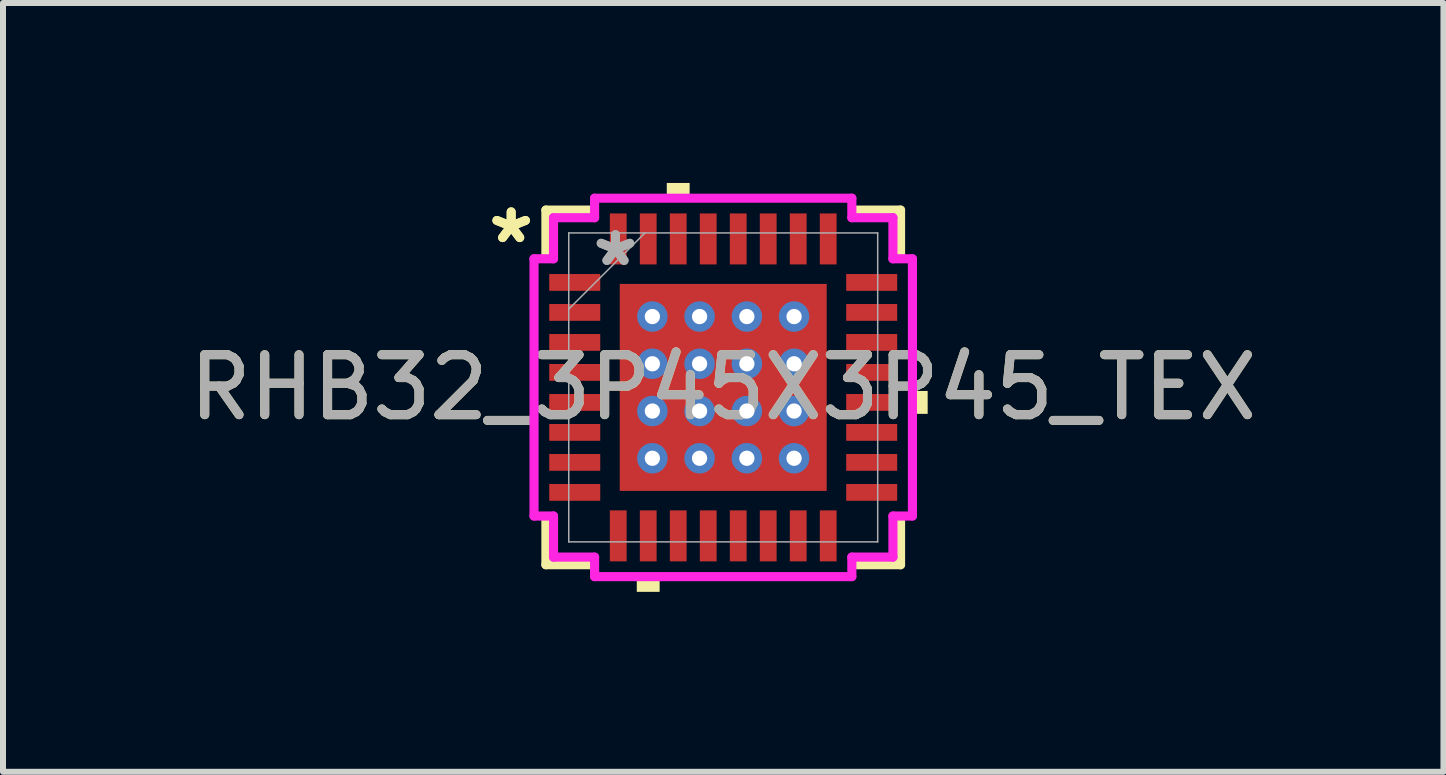
<source format=kicad_pcb>
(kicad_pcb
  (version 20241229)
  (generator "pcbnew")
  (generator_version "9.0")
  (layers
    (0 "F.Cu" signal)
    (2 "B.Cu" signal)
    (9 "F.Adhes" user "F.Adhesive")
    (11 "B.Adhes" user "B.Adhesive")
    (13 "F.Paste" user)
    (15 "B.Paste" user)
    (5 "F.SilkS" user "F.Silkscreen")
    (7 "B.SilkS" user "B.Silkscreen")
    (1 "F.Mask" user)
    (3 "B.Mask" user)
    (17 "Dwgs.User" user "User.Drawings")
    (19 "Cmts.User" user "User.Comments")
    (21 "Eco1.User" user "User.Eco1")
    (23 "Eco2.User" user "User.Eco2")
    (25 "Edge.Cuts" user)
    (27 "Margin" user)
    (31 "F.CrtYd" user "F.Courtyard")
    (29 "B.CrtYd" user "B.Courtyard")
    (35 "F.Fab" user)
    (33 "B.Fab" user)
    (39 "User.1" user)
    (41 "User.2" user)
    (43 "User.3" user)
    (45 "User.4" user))
  (footprint "RHB32_3P45X3P45_TEX"
    (layer "F.Cu")
    (at 9.006 3.408)
    (property "Reference" "RHB32_3P45X3P45_TEX" (at 0 0 0) (unlocked yes) (layer "F.SilkS") (effects (font (size 1 1) (thickness 0.15))))
    (attr smd)
    (fp_poly (pts (xy -1.788 -1.788) (xy -1.381 -1.788) (xy -1.381 1.788) (xy -1.788 1.788)) (stroke (width 0) (type solid)) (fill yes) (layer "F.Mask"))
    (fp_poly (pts (xy -1.788 -1.788) (xy 1.788 -1.788) (xy 1.788 -1.381) (xy -1.788 -1.381)) (stroke (width 0) (type solid)) (fill yes) (layer "F.Mask"))
    (fp_poly (pts (xy -1.788 -0.981) (xy 1.788 -0.981) (xy 1.788 -0.594) (xy -1.788 -0.594)) (stroke (width 0) (type solid)) (fill yes) (layer "F.Mask"))
    (fp_poly (pts (xy -1.788 -0.194) (xy 1.788 -0.194) (xy 1.788 0.194) (xy -1.788 0.194)) (stroke (width 0) (type solid)) (fill yes) (layer "F.Mask"))
    (fp_poly (pts (xy -1.788 0.594) (xy 1.788 0.594) (xy 1.788 0.981) (xy -1.788 0.981)) (stroke (width 0) (type solid)) (fill yes) (layer "F.Mask"))
    (fp_poly (pts (xy -1.788 1.381) (xy 1.788 1.381) (xy 1.788 1.788) (xy -1.788 1.788)) (stroke (width 0) (type solid)) (fill yes) (layer "F.Mask"))
    (fp_poly (pts (xy -0.594 -1.788) (xy -0.981 -1.788) (xy -0.981 1.788) (xy -0.594 1.788)) (stroke (width 0) (type solid)) (fill yes) (layer "F.Mask"))
    (fp_poly (pts (xy 0.194 -1.788) (xy -0.194 -1.788) (xy -0.194 1.788) (xy 0.194 1.788)) (stroke (width 0) (type solid)) (fill yes) (layer "F.Mask"))
    (fp_poly (pts (xy 0.981 -1.788) (xy 0.594 -1.788) (xy 0.594 1.788) (xy 0.981 1.788)) (stroke (width 0) (type solid)) (fill yes) (layer "F.Mask"))
    (fp_poly (pts (xy 1.381 -1.788) (xy 1.788 -1.788) (xy 1.788 1.788) (xy 1.381 1.788)) (stroke (width 0) (type solid)) (fill yes) (layer "F.Mask"))
    (fp_line (start -2.956 -2.956) (end -2.956 -2.218) (stroke (width 0.152) (type solid)) (layer "F.SilkS"))
    (fp_line (start -2.956 2.218) (end -2.956 2.956) (stroke (width 0.152) (type solid)) (layer "F.SilkS"))
    (fp_line (start -2.956 2.956) (end -2.218 2.956) (stroke (width 0.152) (type solid)) (layer "F.SilkS"))
    (fp_line (start -2.218 -2.956) (end -2.956 -2.956) (stroke (width 0.152) (type solid)) (layer "F.SilkS"))
    (fp_line (start 2.218 2.956) (end 2.956 2.956) (stroke (width 0.152) (type solid)) (layer "F.SilkS"))
    (fp_line (start 2.956 -2.956) (end 2.218 -2.956) (stroke (width 0.152) (type solid)) (layer "F.SilkS"))
    (fp_line (start 2.956 -2.218) (end 2.956 -2.956) (stroke (width 0.152) (type solid)) (layer "F.SilkS"))
    (fp_line (start 2.956 2.956) (end 2.956 2.218) (stroke (width 0.152) (type solid)) (layer "F.SilkS"))
    (fp_poly (pts (xy -1.441 3.154) (xy -1.441 3.408) (xy -1.06 3.408) (xy -1.06 3.154)) (stroke (width 0) (type solid)) (fill yes) (layer "F.SilkS"))
    (fp_poly (pts (xy -0.941 -3.154) (xy -0.941 -3.408) (xy -0.56 -3.408) (xy -0.56 -3.154)) (stroke (width 0) (type solid)) (fill yes) (layer "F.SilkS"))
    (fp_poly (pts (xy 3.408 0.059) (xy 3.408 0.441) (xy 3.154 0.441) (xy 3.154 0.059)) (stroke (width 0) (type solid)) (fill yes) (layer "F.SilkS"))
    (fp_poly (pts (xy -1.65 -1.65) (xy -1.65 -1.281) (xy -1.423 -1.281) (xy -1.281 -1.423) (xy -1.281 -1.65)) (stroke (width 0) (type solid)) (fill yes) (layer "F.Paste"))
    (fp_poly (pts (xy -1.65 1.281) (xy -1.65 1.65) (xy -1.281 1.65) (xy -1.281 1.423) (xy -1.423 1.281)) (stroke (width 0) (type solid)) (fill yes) (layer "F.Paste"))
    (fp_poly (pts (xy 1.281 -1.65) (xy 1.281 -1.423) (xy 1.423 -1.281) (xy 1.65 -1.281) (xy 1.65 -1.65)) (stroke (width 0) (type solid)) (fill yes) (layer "F.Paste"))
    (fp_poly (pts (xy 1.423 1.281) (xy 1.281 1.423) (xy 1.281 1.65) (xy 1.65 1.65) (xy 1.65 1.281)) (stroke (width 0) (type solid)) (fill yes) (layer "F.Paste"))
    (fp_poly (pts (xy -1.65 -1.081) (xy -1.65 -0.494) (xy -1.423 -0.494) (xy -1.281 -0.635) (xy -1.281 -0.94) (xy -1.423 -1.081)) (stroke (width 0) (type solid)) (fill yes) (layer "F.Paste"))
    (fp_poly (pts (xy -1.65 -0.294) (xy -1.65 0.294) (xy -1.423 0.294) (xy -1.281 0.152) (xy -1.281 -0.152) (xy -1.423 -0.294)) (stroke (width 0) (type solid)) (fill yes) (layer "F.Paste"))
    (fp_poly (pts (xy -1.65 0.494) (xy -1.65 1.081) (xy -1.423 1.081) (xy -1.281 0.94) (xy -1.281 0.635) (xy -1.423 0.494)) (stroke (width 0) (type solid)) (fill yes) (layer "F.Paste"))
    (fp_poly (pts (xy -1.081 -1.65) (xy -1.081 -1.423) (xy -0.94 -1.281) (xy -0.635 -1.281) (xy -0.494 -1.423) (xy -0.494 -1.65)) (stroke (width 0) (type solid)) (fill yes) (layer "F.Paste"))
    (fp_poly (pts (xy -0.94 1.281) (xy -1.081 1.423) (xy -1.081 1.65) (xy -0.494 1.65) (xy -0.494 1.423) (xy -0.635 1.281)) (stroke (width 0) (type solid)) (fill yes) (layer "F.Paste"))
    (fp_poly (pts (xy -0.294 -1.65) (xy -0.294 -1.423) (xy -0.152 -1.281) (xy 0.152 -1.281) (xy 0.294 -1.423) (xy 0.294 -1.65)) (stroke (width 0) (type solid)) (fill yes) (layer "F.Paste"))
    (fp_poly (pts (xy -0.152 1.281) (xy -0.294 1.423) (xy -0.294 1.65) (xy 0.294 1.65) (xy 0.294 1.423) (xy 0.152 1.281)) (stroke (width 0) (type solid)) (fill yes) (layer "F.Paste"))
    (fp_poly (pts (xy 0.494 -1.65) (xy 0.494 -1.423) (xy 0.635 -1.281) (xy 0.94 -1.281) (xy 1.081 -1.423) (xy 1.081 -1.65)) (stroke (width 0) (type solid)) (fill yes) (layer "F.Paste"))
    (fp_poly (pts (xy 0.635 1.281) (xy 0.494 1.423) (xy 0.494 1.65) (xy 1.081 1.65) (xy 1.081 1.423) (xy 0.94 1.281)) (stroke (width 0) (type solid)) (fill yes) (layer "F.Paste"))
    (fp_poly (pts (xy 1.423 -1.081) (xy 1.281 -0.94) (xy 1.281 -0.635) (xy 1.423 -0.494) (xy 1.65 -0.494) (xy 1.65 -1.081)) (stroke (width 0) (type solid)) (fill yes) (layer "F.Paste"))
    (fp_poly (pts (xy 1.423 -0.294) (xy 1.281 -0.152) (xy 1.281 0.152) (xy 1.423 0.294) (xy 1.65 0.294) (xy 1.65 -0.294)) (stroke (width 0) (type solid)) (fill yes) (layer "F.Paste"))
    (fp_poly (pts (xy 1.423 0.494) (xy 1.281 0.635) (xy 1.281 0.94) (xy 1.423 1.081) (xy 1.65 1.081) (xy 1.65 0.494)) (stroke (width 0) (type solid)) (fill yes) (layer "F.Paste"))
    (fp_poly (pts (xy -0.94 -1.081) (xy -1.081 -0.94) (xy -1.081 -0.635) (xy -0.94 -0.494) (xy -0.635 -0.494) (xy -0.494 -0.635) (xy -0.494 -0.94) (xy -0.635 -1.081)) (stroke (width 0) (type solid)) (fill yes) (layer "F.Paste"))
    (fp_poly (pts (xy -0.94 -0.294) (xy -1.081 -0.152) (xy -1.081 0.152) (xy -0.94 0.294) (xy -0.635 0.294) (xy -0.494 0.152) (xy -0.494 -0.152) (xy -0.635 -0.294)) (stroke (width 0) (type solid)) (fill yes) (layer "F.Paste"))
    (fp_poly (pts (xy -0.94 0.494) (xy -1.081 0.635) (xy -1.081 0.94) (xy -0.94 1.081) (xy -0.635 1.081) (xy -0.494 0.94) (xy -0.494 0.635) (xy -0.635 0.494)) (stroke (width 0) (type solid)) (fill yes) (layer "F.Paste"))
    (fp_poly (pts (xy -0.152 -1.081) (xy -0.294 -0.94) (xy -0.294 -0.635) (xy -0.152 -0.494) (xy 0.152 -0.494) (xy 0.294 -0.635) (xy 0.294 -0.94) (xy 0.152 -1.081)) (stroke (width 0) (type solid)) (fill yes) (layer "F.Paste"))
    (fp_poly (pts (xy -0.152 -0.294) (xy -0.294 -0.152) (xy -0.294 0.152) (xy -0.152 0.294) (xy 0.152 0.294) (xy 0.294 0.152) (xy 0.294 -0.152) (xy 0.152 -0.294)) (stroke (width 0) (type solid)) (fill yes) (layer "F.Paste"))
    (fp_poly (pts (xy -0.152 0.494) (xy -0.294 0.635) (xy -0.294 0.94) (xy -0.152 1.081) (xy 0.152 1.081) (xy 0.294 0.94) (xy 0.294 0.635) (xy 0.152 0.494)) (stroke (width 0) (type solid)) (fill yes) (layer "F.Paste"))
    (fp_poly (pts (xy 0.635 -1.081) (xy 0.494 -0.94) (xy 0.494 -0.635) (xy 0.635 -0.494) (xy 0.94 -0.494) (xy 1.081 -0.635) (xy 1.081 -0.94) (xy 0.94 -1.081)) (stroke (width 0) (type solid)) (fill yes) (layer "F.Paste"))
    (fp_poly (pts (xy 0.635 -0.294) (xy 0.494 -0.152) (xy 0.494 0.152) (xy 0.635 0.294) (xy 0.94 0.294) (xy 1.081 0.152) (xy 1.081 -0.152) (xy 0.94 -0.294)) (stroke (width 0) (type solid)) (fill yes) (layer "F.Paste"))
    (fp_poly (pts (xy 0.635 0.494) (xy 0.494 0.635) (xy 0.494 0.94) (xy 0.635 1.081) (xy 0.94 1.081) (xy 1.081 0.94) (xy 1.081 0.635) (xy 0.94 0.494)) (stroke (width 0) (type solid)) (fill yes) (layer "F.Paste"))
    (fp_line (start -3.154 -2.144) (end -2.829 -2.144) (stroke (width 0.152) (type solid)) (layer "F.CrtYd"))
    (fp_line (start -3.154 2.144) (end -3.154 -2.144) (stroke (width 0.152) (type solid)) (layer "F.CrtYd"))
    (fp_line (start -2.829 -2.829) (end -2.144 -2.829) (stroke (width 0.152) (type solid)) (layer "F.CrtYd"))
    (fp_line (start -2.829 -2.144) (end -2.829 -2.829) (stroke (width 0.152) (type solid)) (layer "F.CrtYd"))
    (fp_line (start -2.829 2.144) (end -3.154 2.144) (stroke (width 0.152) (type solid)) (layer "F.CrtYd"))
    (fp_line (start -2.829 2.829) (end -2.829 2.144) (stroke (width 0.152) (type solid)) (layer "F.CrtYd"))
    (fp_line (start -2.144 -3.154) (end 2.144 -3.154) (stroke (width 0.152) (type solid)) (layer "F.CrtYd"))
    (fp_line (start -2.144 -2.829) (end -2.144 -3.154) (stroke (width 0.152) (type solid)) (layer "F.CrtYd"))
    (fp_line (start -2.144 2.829) (end -2.829 2.829) (stroke (width 0.152) (type solid)) (layer "F.CrtYd"))
    (fp_line (start -2.144 3.154) (end -2.144 2.829) (stroke (width 0.152) (type solid)) (layer "F.CrtYd"))
    (fp_line (start 2.144 -3.154) (end 2.144 -2.829) (stroke (width 0.152) (type solid)) (layer "F.CrtYd"))
    (fp_line (start 2.144 -2.829) (end 2.829 -2.829) (stroke (width 0.152) (type solid)) (layer "F.CrtYd"))
    (fp_line (start 2.144 2.829) (end 2.144 3.154) (stroke (width 0.152) (type solid)) (layer "F.CrtYd"))
    (fp_line (start 2.144 3.154) (end -2.144 3.154) (stroke (width 0.152) (type solid)) (layer "F.CrtYd"))
    (fp_line (start 2.829 -2.829) (end 2.829 -2.144) (stroke (width 0.152) (type solid)) (layer "F.CrtYd"))
    (fp_line (start 2.829 -2.144) (end 3.154 -2.144) (stroke (width 0.152) (type solid)) (layer "F.CrtYd"))
    (fp_line (start 2.829 2.144) (end 2.829 2.829) (stroke (width 0.152) (type solid)) (layer "F.CrtYd"))
    (fp_line (start 2.829 2.829) (end 2.144 2.829) (stroke (width 0.152) (type solid)) (layer "F.CrtYd"))
    (fp_line (start 3.154 -2.144) (end 3.154 2.144) (stroke (width 0.152) (type solid)) (layer "F.CrtYd"))
    (fp_line (start 3.154 2.144) (end 2.829 2.144) (stroke (width 0.152) (type solid)) (layer "F.CrtYd"))
    (fp_line (start -2.575 -2.575) (end -2.575 2.575) (stroke (width 0.025) (type solid)) (layer "F.Fab"))
    (fp_line (start -2.575 -1.305) (end -1.305 -2.575) (stroke (width 0.025) (type solid)) (layer "F.Fab"))
    (fp_line (start -2.575 2.575) (end 2.575 2.575) (stroke (width 0.025) (type solid)) (layer "F.Fab"))
    (fp_line (start 2.575 -2.575) (end -2.575 -2.575) (stroke (width 0.025) (type solid)) (layer "F.Fab"))
    (fp_line (start 2.575 2.575) (end 2.575 -2.575) (stroke (width 0.025) (type solid)) (layer "F.Fab"))
    (fp_text user "*" (at -3.535 -2.381 0) (layer "F.SilkS") (effects (font (size 1 1) (thickness 0.15))))
    (fp_text user "*" (at -3.535 -2.381 0) (unlocked yes) (layer "F.SilkS") (effects (font (size 1 1) (thickness 0.15))))
    (fp_text user "${REFERENCE}" (at 0 0 0) (unlocked yes) (layer "F.Fab") (effects (font (size 1 1) (thickness 0.15))))
    (fp_text user "*" (at -1.796 -2 0) (layer "F.Fab") (effects (font (size 1 1) (thickness 0.15))))
    (fp_text user "*" (at -1.796 -2 0) (unlocked yes) (layer "F.Fab") (effects (font (size 1 1) (thickness 0.15))))
    (pad "1" smd rect (at -2.475 -1.75 90) (size 0.28 0.85) (layers "F.Cu" "F.Mask" "F.Paste"))
    (pad "2" smd rect (at -2.475 -1.25 90) (size 0.28 0.85) (layers "F.Cu" "F.Mask" "F.Paste"))
    (pad "3" smd rect (at -2.475 -0.75 90) (size 0.28 0.85) (layers "F.Cu" "F.Mask" "F.Paste"))
    (pad "4" smd rect (at -2.475 -0.25 90) (size 0.28 0.85) (layers "F.Cu" "F.Mask" "F.Paste"))
    (pad "5" smd rect (at -2.475 0.25 90) (size 0.28 0.85) (layers "F.Cu" "F.Mask" "F.Paste"))
    (pad "6" smd rect (at -2.475 0.75 90) (size 0.28 0.85) (layers "F.Cu" "F.Mask" "F.Paste"))
    (pad "7" smd rect (at -2.475 1.25 90) (size 0.28 0.85) (layers "F.Cu" "F.Mask" "F.Paste"))
    (pad "8" smd rect (at -2.475 1.75 90) (size 0.28 0.85) (layers "F.Cu" "F.Mask" "F.Paste"))
    (pad "9" smd rect (at -1.75 2.475) (size 0.28 0.85) (layers "F.Cu" "F.Mask" "F.Paste"))
    (pad "10" smd rect (at -1.25 2.475) (size 0.28 0.85) (layers "F.Cu" "F.Mask" "F.Paste"))
    (pad "11" smd rect (at -0.75 2.475) (size 0.28 0.85) (layers "F.Cu" "F.Mask" "F.Paste"))
    (pad "12" smd rect (at -0.25 2.475) (size 0.28 0.85) (layers "F.Cu" "F.Mask" "F.Paste"))
    (pad "13" smd rect (at 0.25 2.475) (size 0.28 0.85) (layers "F.Cu" "F.Mask" "F.Paste"))
    (pad "14" smd rect (at 0.75 2.475) (size 0.28 0.85) (layers "F.Cu" "F.Mask" "F.Paste"))
    (pad "15" smd rect (at 1.25 2.475) (size 0.28 0.85) (layers "F.Cu" "F.Mask" "F.Paste"))
    (pad "16" smd rect (at 1.75 2.475) (size 0.28 0.85) (layers "F.Cu" "F.Mask" "F.Paste"))
    (pad "17" smd rect (at 2.475 1.75 90) (size 0.28 0.85) (layers "F.Cu" "F.Mask" "F.Paste"))
    (pad "18" smd rect (at 2.475 1.25 90) (size 0.28 0.85) (layers "F.Cu" "F.Mask" "F.Paste"))
    (pad "19" smd rect (at 2.475 0.75 90) (size 0.28 0.85) (layers "F.Cu" "F.Mask" "F.Paste"))
    (pad "20" smd rect (at 2.475 0.25 90) (size 0.28 0.85) (layers "F.Cu" "F.Mask" "F.Paste"))
    (pad "21" smd rect (at 2.475 -0.25 90) (size 0.28 0.85) (layers "F.Cu" "F.Mask" "F.Paste"))
    (pad "22" smd rect (at 2.475 -0.75 90) (size 0.28 0.85) (layers "F.Cu" "F.Mask" "F.Paste"))
    (pad "23" smd rect (at 2.475 -1.25 90) (size 0.28 0.85) (layers "F.Cu" "F.Mask" "F.Paste"))
    (pad "24" smd rect (at 2.475 -1.75 90) (size 0.28 0.85) (layers "F.Cu" "F.Mask" "F.Paste"))
    (pad "25" smd rect (at 1.75 -2.475) (size 0.28 0.85) (layers "F.Cu" "F.Mask" "F.Paste"))
    (pad "26" smd rect (at 1.25 -2.475) (size 0.28 0.85) (layers "F.Cu" "F.Mask" "F.Paste"))
    (pad "27" smd rect (at 0.75 -2.475) (size 0.28 0.85) (layers "F.Cu" "F.Mask" "F.Paste"))
    (pad "28" smd rect (at 0.25 -2.475) (size 0.28 0.85) (layers "F.Cu" "F.Mask" "F.Paste"))
    (pad "29" smd rect (at -0.25 -2.475) (size 0.28 0.85) (layers "F.Cu" "F.Mask" "F.Paste"))
    (pad "30" smd rect (at -0.75 -2.475) (size 0.28 0.85) (layers "F.Cu" "F.Mask" "F.Paste"))
    (pad "31" smd rect (at -1.25 -2.475) (size 0.28 0.85) (layers "F.Cu" "F.Mask" "F.Paste"))
    (pad "32" smd rect (at -1.75 -2.475) (size 0.28 0.85) (layers "F.Cu" "F.Mask" "F.Paste"))
    (pad "33" smd rect (at 0 0) (size 3.45 3.45) (layers "F.Cu"))
    (pad "V" thru_hole circle (at -1.181 -1.181) (size 0.508 0.508) (drill 0.254) (layers "*.Cu" "*.Mask"))
    (pad "V" thru_hole circle (at -1.181 -0.394) (size 0.508 0.508) (drill 0.254) (layers "*.Cu" "*.Mask"))
    (pad "V" thru_hole circle (at -1.181 0.394) (size 0.508 0.508) (drill 0.254) (layers "*.Cu" "*.Mask"))
    (pad "V" thru_hole circle (at -1.181 1.181) (size 0.508 0.508) (drill 0.254) (layers "*.Cu" "*.Mask"))
    (pad "V" thru_hole circle (at -0.394 -1.181) (size 0.508 0.508) (drill 0.254) (layers "*.Cu" "*.Mask"))
    (pad "V" thru_hole circle (at -0.394 -0.394) (size 0.508 0.508) (drill 0.254) (layers "*.Cu" "*.Mask"))
    (pad "V" thru_hole circle (at -0.394 0.394) (size 0.508 0.508) (drill 0.254) (layers "*.Cu" "*.Mask"))
    (pad "V" thru_hole circle (at -0.394 1.181) (size 0.508 0.508) (drill 0.254) (layers "*.Cu" "*.Mask"))
    (pad "V" thru_hole circle (at 0.394 -1.181) (size 0.508 0.508) (drill 0.254) (layers "*.Cu" "*.Mask"))
    (pad "V" thru_hole circle (at 0.394 -0.394) (size 0.508 0.508) (drill 0.254) (layers "*.Cu" "*.Mask"))
    (pad "V" thru_hole circle (at 0.394 0.394) (size 0.508 0.508) (drill 0.254) (layers "*.Cu" "*.Mask"))
    (pad "V" thru_hole circle (at 0.394 1.181) (size 0.508 0.508) (drill 0.254) (layers "*.Cu" "*.Mask"))
    (pad "V" thru_hole circle (at 1.181 -1.181) (size 0.508 0.508) (drill 0.254) (layers "*.Cu" "*.Mask"))
    (pad "V" thru_hole circle (at 1.181 -0.394) (size 0.508 0.508) (drill 0.254) (layers "*.Cu" "*.Mask"))
    (pad "V" thru_hole circle (at 1.181 0.394) (size 0.508 0.508) (drill 0.254) (layers "*.Cu" "*.Mask"))
    (pad "V" thru_hole circle (at 1.181 1.181) (size 0.508 0.508) (drill 0.254) (layers "*.Cu" "*.Mask")))
  (gr_rect
    (start -3 -3)
    (end 21.012 9.816)
    (stroke (width 0.1) (type default))
    (fill no)
    (layer "Edge.Cuts")))
</source>
